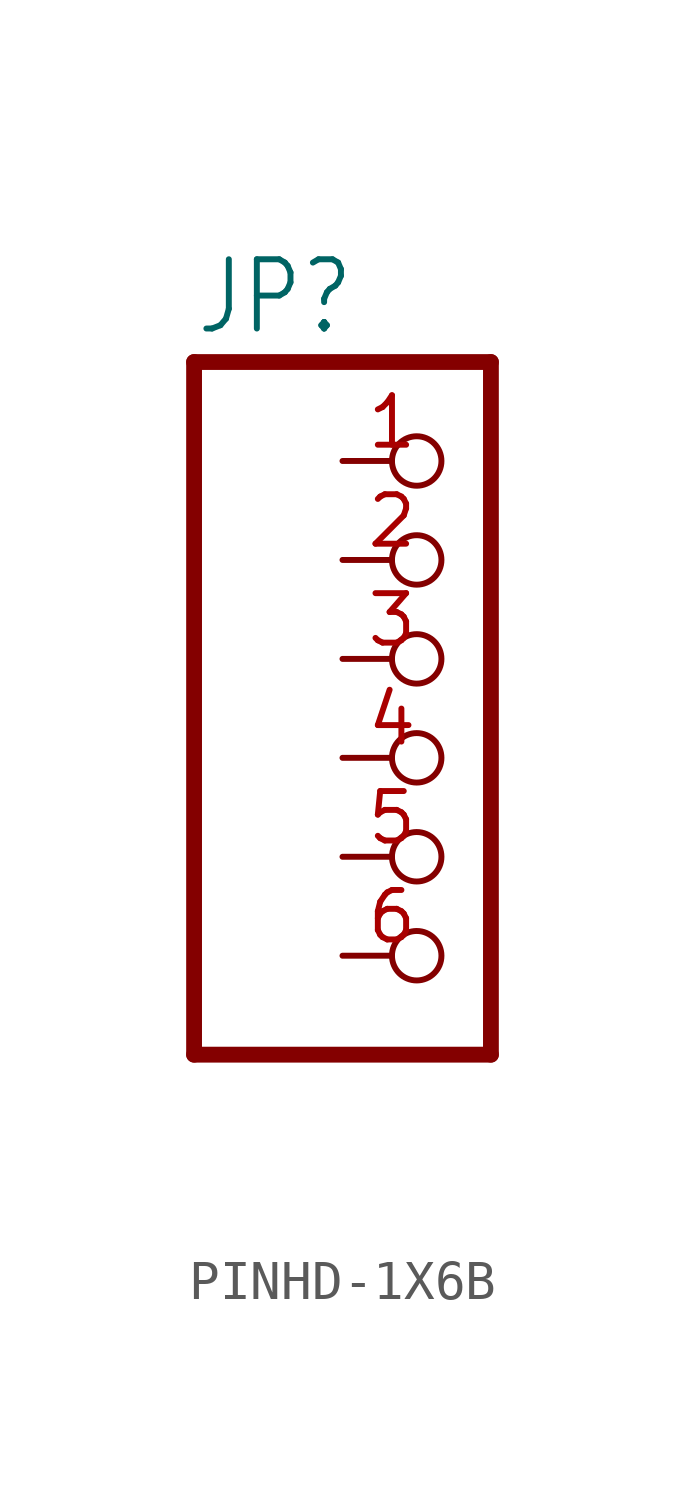
<source format=kicad_sym>
(kicad_symbol_lib
  (version 20220914)
  (generator kicad_symbol_editor)
  (symbol "PINHD-1X6B"
    (property "Reference" "JP"
      (at -6.35 10.795 0)
      (effects (font (size 1.778 1.511)) (justify left bottom)))
    (property "Value" ""
      (at -6.35 -10.16 0)
      (effects (font (size 1.778 1.511)) (justify left bottom)))
    (property "ki_locked" ""
      (at 0 0 0)
      (effects (font (size 1.27 1.27))))
    (symbol "PINHD-1X6B_1_0"
      (polyline (pts (xy -6.35 -7.62) (xy 1.27 -7.62)) (stroke (width 0.406) (type solid)) (fill (type none)))
      (polyline (pts (xy -6.35 10.16) (xy -6.35 -7.62)) (stroke (width 0.406) (type solid)) (fill (type none)))
      (polyline (pts (xy 1.27 -7.62) (xy 1.27 10.16)) (stroke (width 0.406) (type solid)) (fill (type none)))
      (polyline (pts (xy 1.27 10.16) (xy -6.35 10.16)) (stroke (width 0.406) (type solid)) (fill (type none)))
      (pin passive inverted (at -2.54 7.62 0) (length 2.54) (name "1" (effects (font (size 0 0)))) (number "1" (effects (font (size 1.27 1.27)))))
      (pin passive inverted (at -2.54 5.08 0) (length 2.54) (name "2" (effects (font (size 0 0)))) (number "2" (effects (font (size 1.27 1.27)))))
      (pin passive inverted (at -2.54 2.54 0) (length 2.54) (name "3" (effects (font (size 0 0)))) (number "3" (effects (font (size 1.27 1.27)))))
      (pin passive inverted (at -2.54 0 0) (length 2.54) (name "4" (effects (font (size 0 0)))) (number "4" (effects (font (size 1.27 1.27)))))
      (pin passive inverted (at -2.54 -2.54 0) (length 2.54) (name "5" (effects (font (size 0 0)))) (number "5" (effects (font (size 1.27 1.27)))))
      (pin passive inverted (at -2.54 -5.08 0) (length 2.54) (name "6" (effects (font (size 0 0)))) (number "6" (effects (font (size 1.27 1.27))))))))
</source>
